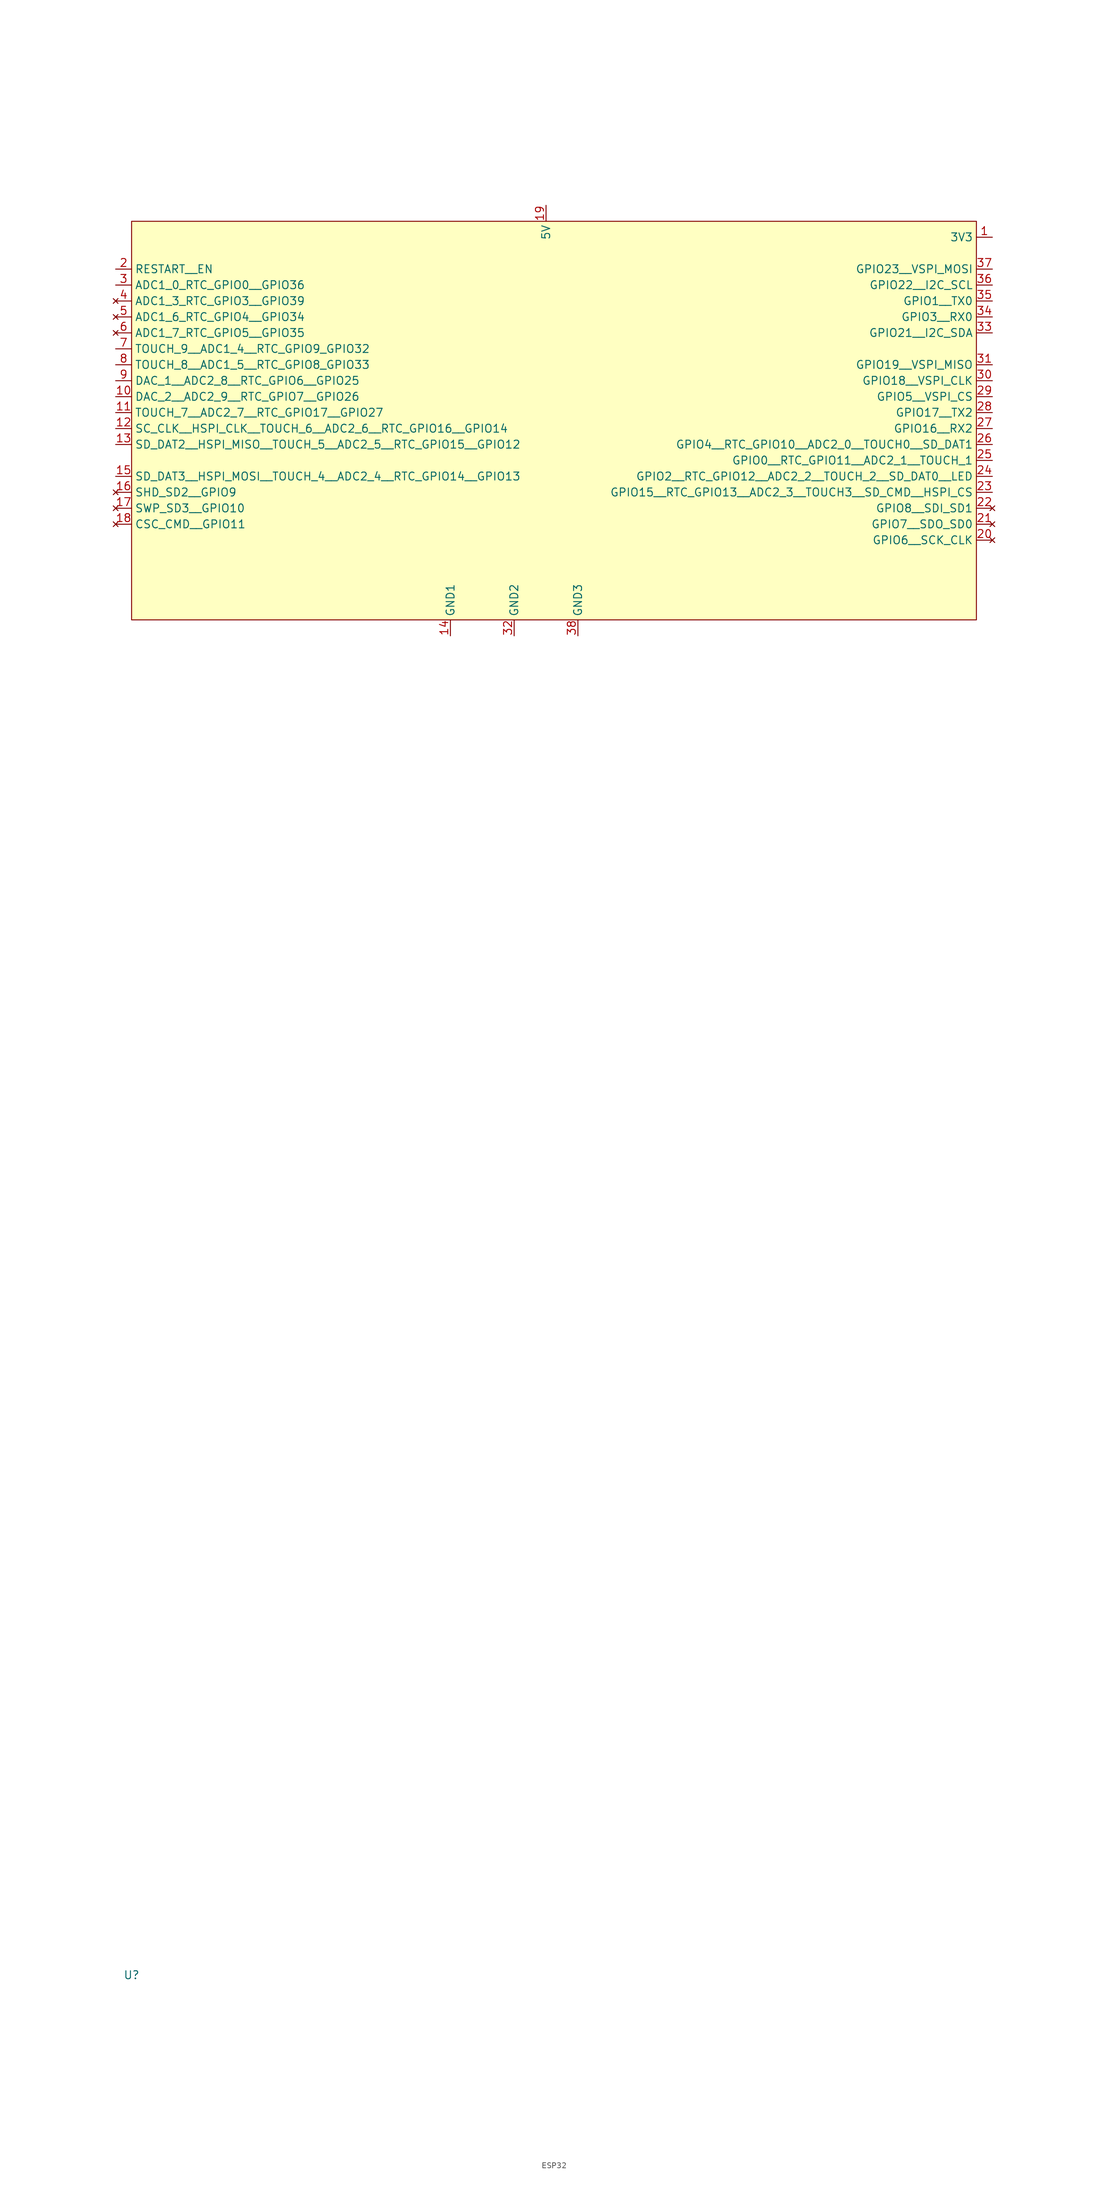
<source format=kicad_sym>
(kicad_symbol_lib
  (version 20220914)
  (generator kicad_symbol_editor)
  (symbol "ESP32"
    (property "Reference" "U"
      (at 0 -215.9 0)
      (effects (font (size 1.27 1.27))))
    (property "Value" ""
      (at 0 -215.9 0)
      (effects (font (size 1.27 1.27))))
    (symbol "ESP32_1_1"
      (rectangle (start 0 63.5) (end 134.62 0) (stroke (width 0) (type default)) (fill (type background)))
      (pin power_out line (at 137.16 60.96 180) (length 2.54) (name "3V3" (effects (font (size 1.27 1.27)))) (number "1" (effects (font (size 1.27 1.27)))))
      (pin bidirectional line (at -2.54 35.56 0) (length 2.54) (name "DAC_2__ADC2_9__RTC_GPIO7__GPIO26" (effects (font (size 1.27 1.27)))) (number "10" (effects (font (size 1.27 1.27)))))
      (pin bidirectional line (at -2.54 33.02 0) (length 2.54) (name "TOUCH_7__ADC2_7__RTC_GPIO17__GPIO27" (effects (font (size 1.27 1.27)))) (number "11" (effects (font (size 1.27 1.27)))))
      (pin bidirectional line (at -2.54 30.48 0) (length 2.54) (name "SC_CLK__HSPI_CLK__TOUCH_6__ADC2_6__RTC_GPIO16__GPIO14" (effects (font (size 1.27 1.27)))) (number "12" (effects (font (size 1.27 1.27)))))
      (pin bidirectional line (at -2.54 27.94 0) (length 2.54) (name "SD_DAT2__HSPI_MISO__TOUCH_5__ADC2_5__RTC_GPIO15__GPIO12" (effects (font (size 1.27 1.27)))) (number "13" (effects (font (size 1.27 1.27)))))
      (pin power_in line (at 50.8 -2.54 90) (length 2.54) (name "GND1" (effects (font (size 1.27 1.27)))) (number "14" (effects (font (size 1.27 1.27)))))
      (pin bidirectional line (at -2.54 22.86 0) (length 2.54) (name "SD_DAT3__HSPI_MOSI__TOUCH_4__ADC2_4__RTC_GPIO14__GPIO13" (effects (font (size 1.27 1.27)))) (number "15" (effects (font (size 1.27 1.27)))))
      (pin no_connect line (at -2.54 20.32 0) (length 2.54) (name "SHD_SD2__GPIO9" (effects (font (size 1.27 1.27)))) (number "16" (effects (font (size 1.27 1.27)))))
      (pin no_connect line (at -2.54 17.78 0) (length 2.54) (name "SWP_SD3__GPIO10" (effects (font (size 1.27 1.27)))) (number "17" (effects (font (size 1.27 1.27)))))
      (pin no_connect line (at -2.54 15.24 0) (length 2.54) (name "CSC_CMD__GPIO11" (effects (font (size 1.27 1.27)))) (number "18" (effects (font (size 1.27 1.27)))))
      (pin power_in line (at 66.04 66.04 270) (length 2.54) (name "5V" (effects (font (size 1.27 1.27)))) (number "19" (effects (font (size 1.27 1.27)))))
      (pin input line (at -2.54 55.88 0) (length 2.54) (name "RESTART__EN" (effects (font (size 1.27 1.27)))) (number "2" (effects (font (size 1.27 1.27)))))
      (pin no_connect line (at 137.16 12.7 180) (length 2.54) (name "GPIO6__SCK_CLK" (effects (font (size 1.27 1.27)))) (number "20" (effects (font (size 1.27 1.27)))))
      (pin no_connect line (at 137.16 15.24 180) (length 2.54) (name "GPIO7__SDO_SD0" (effects (font (size 1.27 1.27)))) (number "21" (effects (font (size 1.27 1.27)))))
      (pin no_connect line (at 137.16 17.78 180) (length 2.54) (name "GPIO8__SDI_SD1" (effects (font (size 1.27 1.27)))) (number "22" (effects (font (size 1.27 1.27)))))
      (pin bidirectional line (at 137.16 20.32 180) (length 2.54) (name "GPIO15__RTC_GPIO13__ADC2_3__TOUCH3__SD_CMD__HSPI_CS" (effects (font (size 1.27 1.27)))) (number "23" (effects (font (size 1.27 1.27)))))
      (pin bidirectional line (at 137.16 22.86 180) (length 2.54) (name "GPIO2__RTC_GPIO12__ADC2_2__TOUCH_2__SD_DAT0__LED" (effects (font (size 1.27 1.27)))) (number "24" (effects (font (size 1.27 1.27)))))
      (pin bidirectional line (at 137.16 25.4 180) (length 2.54) (name "GPIO0__RTC_GPIO11__ADC2_1__TOUCH_1" (effects (font (size 1.27 1.27)))) (number "25" (effects (font (size 1.27 1.27)))))
      (pin bidirectional line (at 137.16 27.94 180) (length 2.54) (name "GPIO4__RTC_GPIO10__ADC2_0__TOUCH0__SD_DAT1" (effects (font (size 1.27 1.27)))) (number "26" (effects (font (size 1.27 1.27)))))
      (pin bidirectional line (at 137.16 30.48 180) (length 2.54) (name "GPIO16__RX2" (effects (font (size 1.27 1.27)))) (number "27" (effects (font (size 1.27 1.27)))))
      (pin bidirectional line (at 137.16 33.02 180) (length 2.54) (name "GPIO17__TX2" (effects (font (size 1.27 1.27)))) (number "28" (effects (font (size 1.27 1.27)))))
      (pin bidirectional line (at 137.16 35.56 180) (length 2.54) (name "GPIO5__VSPI_CS" (effects (font (size 1.27 1.27)))) (number "29" (effects (font (size 1.27 1.27)))))
      (pin input line (at -2.54 53.34 0) (length 2.54) (name "ADC1_0_RTC_GPIO0__GPIO36" (effects (font (size 1.27 1.27)))) (number "3" (effects (font (size 1.27 1.27)))))
      (pin bidirectional line (at 137.16 38.1 180) (length 2.54) (name "GPIO18__VSPI_CLK" (effects (font (size 1.27 1.27)))) (number "30" (effects (font (size 1.27 1.27)))))
      (pin bidirectional line (at 137.16 40.64 180) (length 2.54) (name "GPIO19__VSPI_MISO" (effects (font (size 1.27 1.27)))) (number "31" (effects (font (size 1.27 1.27)))))
      (pin power_in line (at 60.96 -2.54 90) (length 2.54) (name "GND2" (effects (font (size 1.27 1.27)))) (number "32" (effects (font (size 1.27 1.27)))))
      (pin bidirectional line (at 137.16 45.72 180) (length 2.54) (name "GPIO21__I2C_SDA" (effects (font (size 1.27 1.27)))) (number "33" (effects (font (size 1.27 1.27)))))
      (pin bidirectional line (at 137.16 48.26 180) (length 2.54) (name "GPIO3__RX0" (effects (font (size 1.27 1.27)))) (number "34" (effects (font (size 1.27 1.27)))))
      (pin bidirectional line (at 137.16 50.8 180) (length 2.54) (name "GPIO1__TX0" (effects (font (size 1.27 1.27)))) (number "35" (effects (font (size 1.27 1.27)))))
      (pin bidirectional line (at 137.16 53.34 180) (length 2.54) (name "GPIO22__I2C_SCL" (effects (font (size 1.27 1.27)))) (number "36" (effects (font (size 1.27 1.27)))))
      (pin bidirectional line (at 137.16 55.88 180) (length 2.54) (name "GPIO23__VSPI_MOSI" (effects (font (size 1.27 1.27)))) (number "37" (effects (font (size 1.27 1.27)))))
      (pin power_in line (at 71.12 -2.54 90) (length 2.54) (name "GND3" (effects (font (size 1.27 1.27)))) (number "38" (effects (font (size 1.27 1.27)))))
      (pin no_connect line (at -2.54 50.8 0) (length 2.54) (name "ADC1_3_RTC_GPIO3__GPIO39" (effects (font (size 1.27 1.27)))) (number "4" (effects (font (size 1.27 1.27)))))
      (pin no_connect line (at -2.54 48.26 0) (length 2.54) (name "ADC1_6_RTC_GPIO4__GPIO34" (effects (font (size 1.27 1.27)))) (number "5" (effects (font (size 1.27 1.27)))))
      (pin no_connect line (at -2.54 45.72 0) (length 2.54) (name "ADC1_7_RTC_GPIO5__GPIO35" (effects (font (size 1.27 1.27)))) (number "6" (effects (font (size 1.27 1.27)))))
      (pin bidirectional line (at -2.54 43.18 0) (length 2.54) (name "TOUCH_9__ADC1_4__RTC_GPIO9_GPIO32" (effects (font (size 1.27 1.27)))) (number "7" (effects (font (size 1.27 1.27)))))
      (pin bidirectional line (at -2.54 40.64 0) (length 2.54) (name "TOUCH_8__ADC1_5__RTC_GPIO8_GPIO33" (effects (font (size 1.27 1.27)))) (number "8" (effects (font (size 1.27 1.27)))))
      (pin bidirectional line (at -2.54 38.1 0) (length 2.54) (name "DAC_1__ADC2_8__RTC_GPIO6__GPIO25" (effects (font (size 1.27 1.27)))) (number "9" (effects (font (size 1.27 1.27))))))))
</source>
